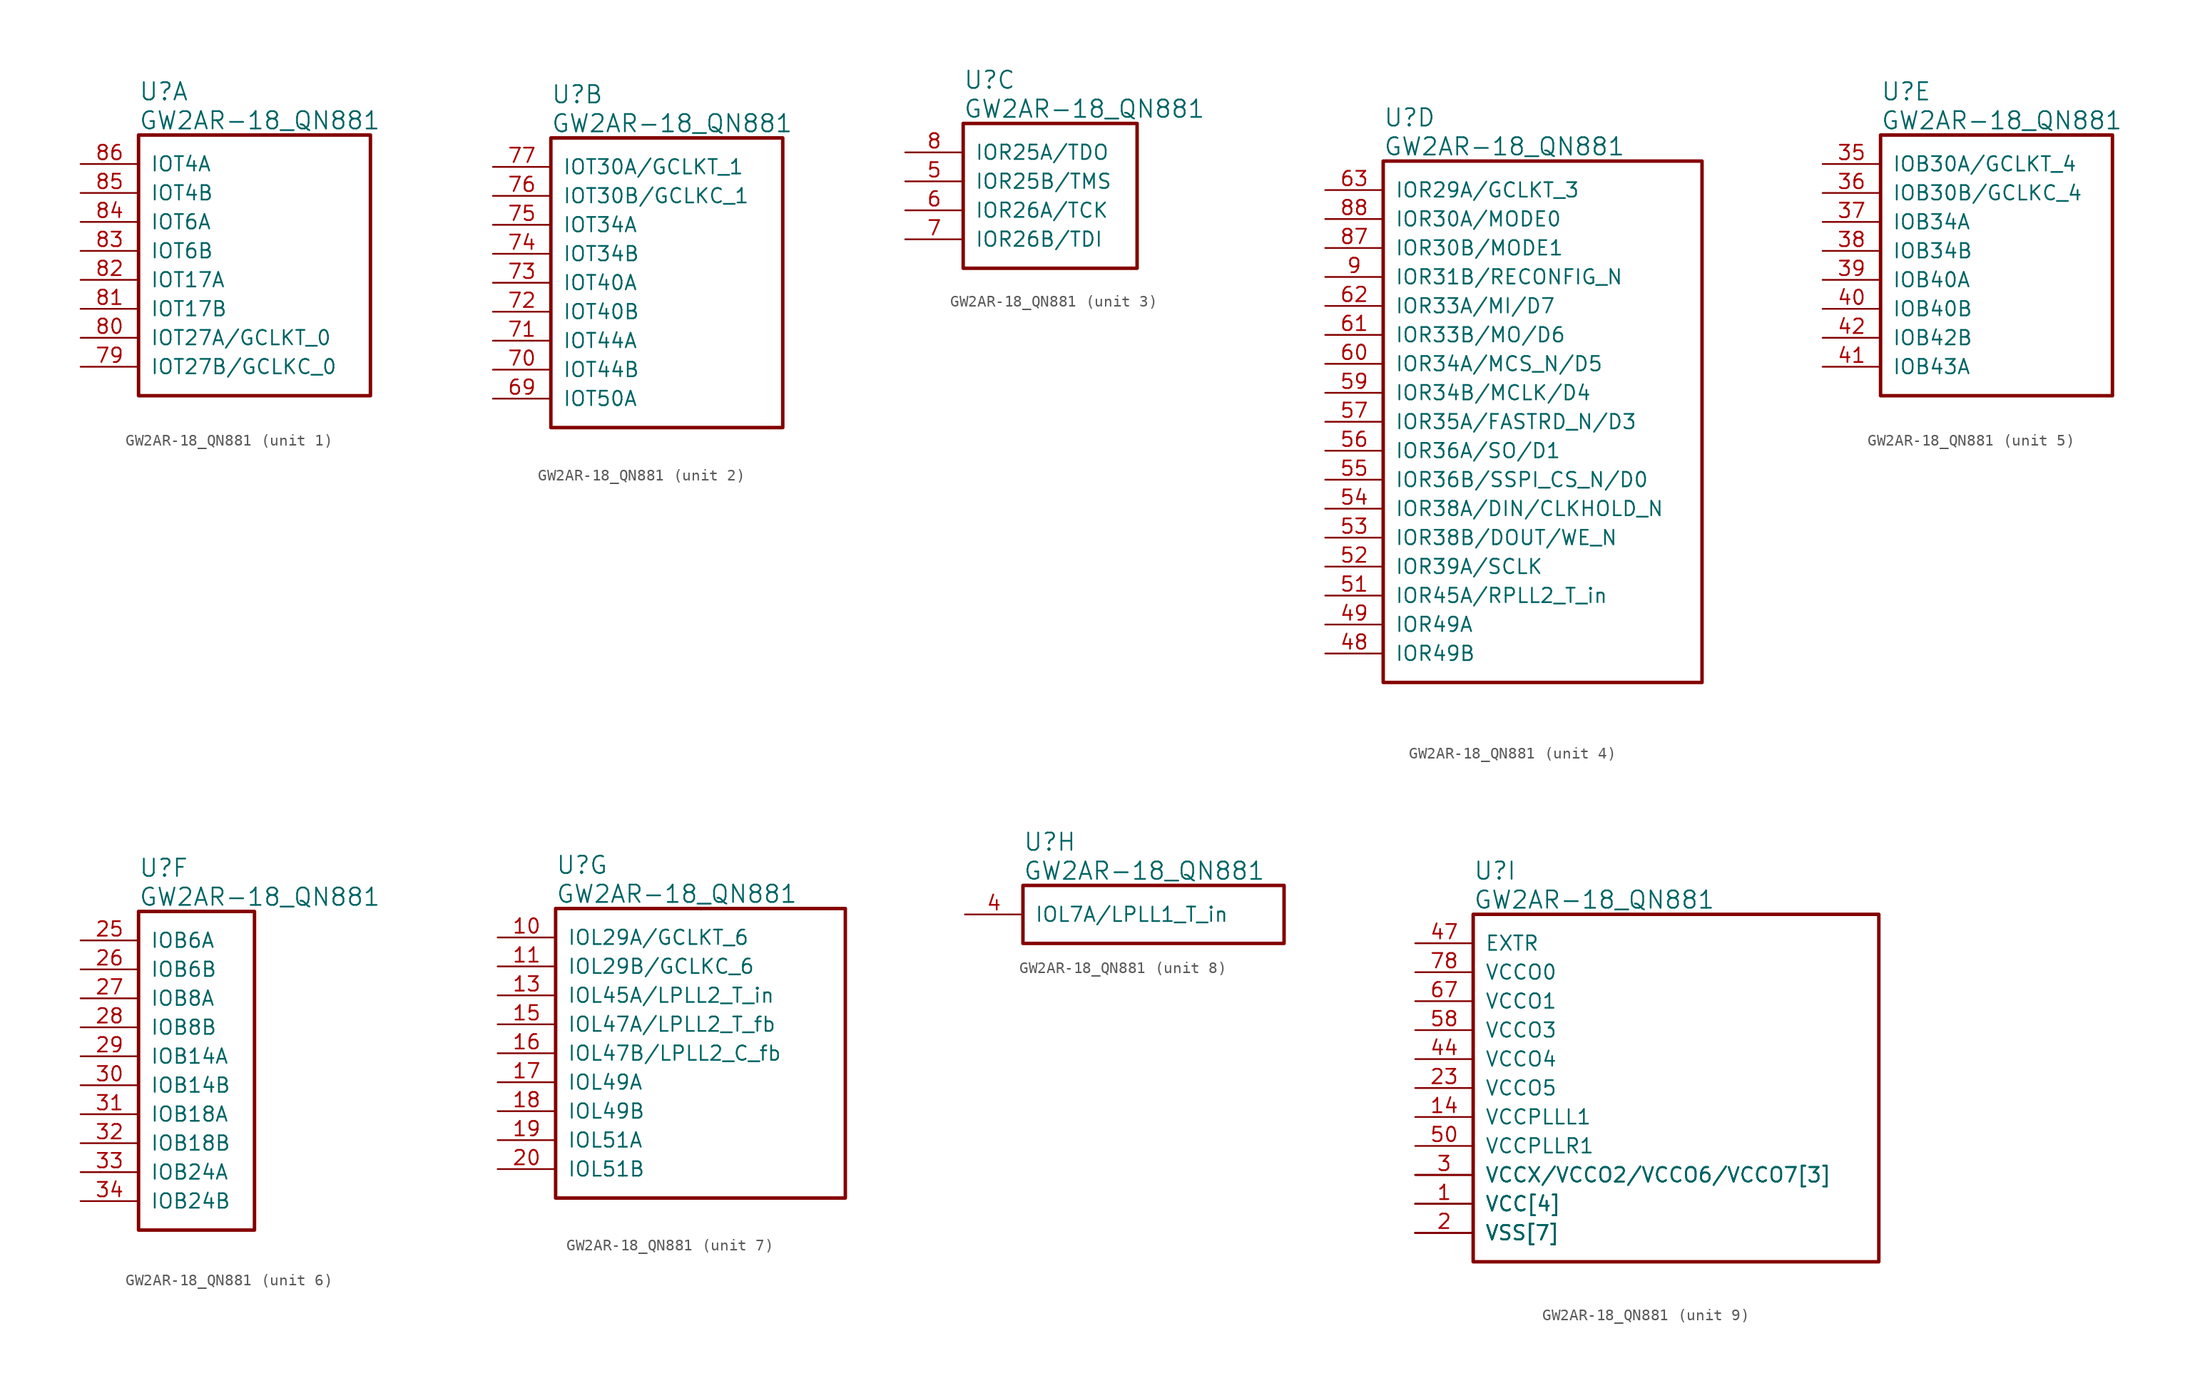
<source format=kicad_sym>
(kicad_symbol_lib
  (version 20211014)
  (generator kicad_symbol_editor)
  (symbol "GW2AR-18_QN881"
    (pin_names
      (offset 1.016))
    (property "Reference" "U"
      (at 5.08 6.35 0)
      (effects (font (size 1.524 1.524)) (justify left)))
    (property "Value" "GW2AR-18_QN881"
      (at 5.08 3.81 0)
      (effects (font (size 1.524 1.524)) (justify left)))
    (property "ki_locked" ""
      (at 0 0 0)
      (effects (font (size 1.27 1.27))))
    (symbol "GW2AR-18_QN881_1_1"
      (rectangle (start 5.08 2.54) (end 25.4 -20.32) (stroke (width 0.305) (type default) (color 0 0 0 0)) (fill (type none)))
      (pin bidirectional line (at 0 -17.78 0) (length 5.08) (name "IOT27B/GCLKC_0" (effects (font (size 1.27 1.27)))) (number "79" (effects (font (size 1.27 1.27)))))
      (pin bidirectional line (at 0 -15.24 0) (length 5.08) (name "IOT27A/GCLKT_0" (effects (font (size 1.27 1.27)))) (number "80" (effects (font (size 1.27 1.27)))))
      (pin bidirectional line (at 0 -12.7 0) (length 5.08) (name "IOT17B" (effects (font (size 1.27 1.27)))) (number "81" (effects (font (size 1.27 1.27)))))
      (pin bidirectional line (at 0 -10.16 0) (length 5.08) (name "IOT17A" (effects (font (size 1.27 1.27)))) (number "82" (effects (font (size 1.27 1.27)))))
      (pin bidirectional line (at 0 -7.62 0) (length 5.08) (name "IOT6B" (effects (font (size 1.27 1.27)))) (number "83" (effects (font (size 1.27 1.27)))))
      (pin bidirectional line (at 0 -5.08 0) (length 5.08) (name "IOT6A" (effects (font (size 1.27 1.27)))) (number "84" (effects (font (size 1.27 1.27)))))
      (pin bidirectional line (at 0 -2.54 0) (length 5.08) (name "IOT4B" (effects (font (size 1.27 1.27)))) (number "85" (effects (font (size 1.27 1.27)))))
      (pin bidirectional line (at 0 0 0) (length 5.08) (name "IOT4A" (effects (font (size 1.27 1.27)))) (number "86" (effects (font (size 1.27 1.27))))))
    (symbol "GW2AR-18_QN881_2_1"
      (rectangle (start 5.08 2.54) (end 25.4 -22.86) (stroke (width 0.305) (type default) (color 0 0 0 0)) (fill (type none)))
      (pin bidirectional line (at 0 -20.32 0) (length 5.08) (name "IOT50A" (effects (font (size 1.27 1.27)))) (number "69" (effects (font (size 1.27 1.27)))))
      (pin bidirectional line (at 0 -17.78 0) (length 5.08) (name "IOT44B" (effects (font (size 1.27 1.27)))) (number "70" (effects (font (size 1.27 1.27)))))
      (pin bidirectional line (at 0 -15.24 0) (length 5.08) (name "IOT44A" (effects (font (size 1.27 1.27)))) (number "71" (effects (font (size 1.27 1.27)))))
      (pin bidirectional line (at 0 -12.7 0) (length 5.08) (name "IOT40B" (effects (font (size 1.27 1.27)))) (number "72" (effects (font (size 1.27 1.27)))))
      (pin bidirectional line (at 0 -10.16 0) (length 5.08) (name "IOT40A" (effects (font (size 1.27 1.27)))) (number "73" (effects (font (size 1.27 1.27)))))
      (pin bidirectional line (at 0 -7.62 0) (length 5.08) (name "IOT34B" (effects (font (size 1.27 1.27)))) (number "74" (effects (font (size 1.27 1.27)))))
      (pin bidirectional line (at 0 -5.08 0) (length 5.08) (name "IOT34A" (effects (font (size 1.27 1.27)))) (number "75" (effects (font (size 1.27 1.27)))))
      (pin bidirectional line (at 0 -2.54 0) (length 5.08) (name "IOT30B/GCLKC_1" (effects (font (size 1.27 1.27)))) (number "76" (effects (font (size 1.27 1.27)))))
      (pin bidirectional line (at 0 0 0) (length 5.08) (name "IOT30A/GCLKT_1" (effects (font (size 1.27 1.27)))) (number "77" (effects (font (size 1.27 1.27))))))
    (symbol "GW2AR-18_QN881_3_1"
      (rectangle (start 5.08 2.54) (end 20.32 -10.16) (stroke (width 0.305) (type default) (color 0 0 0 0)) (fill (type none)))
      (pin bidirectional line (at 0 -2.54 0) (length 5.08) (name "IOR25B/TMS" (effects (font (size 1.27 1.27)))) (number "5" (effects (font (size 1.27 1.27)))))
      (pin bidirectional line (at 0 -5.08 0) (length 5.08) (name "IOR26A/TCK" (effects (font (size 1.27 1.27)))) (number "6" (effects (font (size 1.27 1.27)))))
      (pin bidirectional line (at 0 -7.62 0) (length 5.08) (name "IOR26B/TDI" (effects (font (size 1.27 1.27)))) (number "7" (effects (font (size 1.27 1.27)))))
      (pin bidirectional line (at 0 0 0) (length 5.08) (name "IOR25A/TDO" (effects (font (size 1.27 1.27)))) (number "8" (effects (font (size 1.27 1.27))))))
    (symbol "GW2AR-18_QN881_4_1"
      (rectangle (start 5.08 2.54) (end 33.02 -43.18) (stroke (width 0.305) (type default) (color 0 0 0 0)) (fill (type none)))
      (pin bidirectional line (at 0 -40.64 0) (length 5.08) (name "IOR49B" (effects (font (size 1.27 1.27)))) (number "48" (effects (font (size 1.27 1.27)))))
      (pin bidirectional line (at 0 -38.1 0) (length 5.08) (name "IOR49A" (effects (font (size 1.27 1.27)))) (number "49" (effects (font (size 1.27 1.27)))))
      (pin bidirectional line (at 0 -35.56 0) (length 5.08) (name "IOR45A/RPLL2_T_in" (effects (font (size 1.27 1.27)))) (number "51" (effects (font (size 1.27 1.27)))))
      (pin bidirectional line (at 0 -33.02 0) (length 5.08) (name "IOR39A/SCLK" (effects (font (size 1.27 1.27)))) (number "52" (effects (font (size 1.27 1.27)))))
      (pin bidirectional line (at 0 -30.48 0) (length 5.08) (name "IOR38B/DOUT/WE_N" (effects (font (size 1.27 1.27)))) (number "53" (effects (font (size 1.27 1.27)))))
      (pin bidirectional line (at 0 -27.94 0) (length 5.08) (name "IOR38A/DIN/CLKHOLD_N" (effects (font (size 1.27 1.27)))) (number "54" (effects (font (size 1.27 1.27)))))
      (pin bidirectional line (at 0 -25.4 0) (length 5.08) (name "IOR36B/SSPI_CS_N/D0" (effects (font (size 1.27 1.27)))) (number "55" (effects (font (size 1.27 1.27)))))
      (pin bidirectional line (at 0 -22.86 0) (length 5.08) (name "IOR36A/SO/D1" (effects (font (size 1.27 1.27)))) (number "56" (effects (font (size 1.27 1.27)))))
      (pin bidirectional line (at 0 -20.32 0) (length 5.08) (name "IOR35A/FASTRD_N/D3" (effects (font (size 1.27 1.27)))) (number "57" (effects (font (size 1.27 1.27)))))
      (pin bidirectional line (at 0 -17.78 0) (length 5.08) (name "IOR34B/MCLK/D4" (effects (font (size 1.27 1.27)))) (number "59" (effects (font (size 1.27 1.27)))))
      (pin bidirectional line (at 0 -15.24 0) (length 5.08) (name "IOR34A/MCS_N/D5" (effects (font (size 1.27 1.27)))) (number "60" (effects (font (size 1.27 1.27)))))
      (pin bidirectional line (at 0 -12.7 0) (length 5.08) (name "IOR33B/MO/D6" (effects (font (size 1.27 1.27)))) (number "61" (effects (font (size 1.27 1.27)))))
      (pin bidirectional line (at 0 -10.16 0) (length 5.08) (name "IOR33A/MI/D7" (effects (font (size 1.27 1.27)))) (number "62" (effects (font (size 1.27 1.27)))))
      (pin bidirectional line (at 0 0 0) (length 5.08) (name "IOR29A/GCLKT_3" (effects (font (size 1.27 1.27)))) (number "63" (effects (font (size 1.27 1.27)))))
      (pin bidirectional line (at 0 -5.08 0) (length 5.08) (name "IOR30B/MODE1" (effects (font (size 1.27 1.27)))) (number "87" (effects (font (size 1.27 1.27)))))
      (pin bidirectional line (at 0 -2.54 0) (length 5.08) (name "IOR30A/MODE0" (effects (font (size 1.27 1.27)))) (number "88" (effects (font (size 1.27 1.27)))))
      (pin bidirectional line (at 0 -7.62 0) (length 5.08) (name "IOR31B/RECONFIG_N" (effects (font (size 1.27 1.27)))) (number "9" (effects (font (size 1.27 1.27))))))
    (symbol "GW2AR-18_QN881_5_1"
      (rectangle (start 5.08 2.54) (end 25.4 -20.32) (stroke (width 0.305) (type default) (color 0 0 0 0)) (fill (type none)))
      (pin bidirectional line (at 0 0 0) (length 5.08) (name "IOB30A/GCLKT_4" (effects (font (size 1.27 1.27)))) (number "35" (effects (font (size 1.27 1.27)))))
      (pin bidirectional line (at 0 -2.54 0) (length 5.08) (name "IOB30B/GCLKC_4" (effects (font (size 1.27 1.27)))) (number "36" (effects (font (size 1.27 1.27)))))
      (pin bidirectional line (at 0 -5.08 0) (length 5.08) (name "IOB34A" (effects (font (size 1.27 1.27)))) (number "37" (effects (font (size 1.27 1.27)))))
      (pin bidirectional line (at 0 -7.62 0) (length 5.08) (name "IOB34B" (effects (font (size 1.27 1.27)))) (number "38" (effects (font (size 1.27 1.27)))))
      (pin bidirectional line (at 0 -10.16 0) (length 5.08) (name "IOB40A" (effects (font (size 1.27 1.27)))) (number "39" (effects (font (size 1.27 1.27)))))
      (pin bidirectional line (at 0 -12.7 0) (length 5.08) (name "IOB40B" (effects (font (size 1.27 1.27)))) (number "40" (effects (font (size 1.27 1.27)))))
      (pin bidirectional line (at 0 -17.78 0) (length 5.08) (name "IOB43A" (effects (font (size 1.27 1.27)))) (number "41" (effects (font (size 1.27 1.27)))))
      (pin bidirectional line (at 0 -15.24 0) (length 5.08) (name "IOB42B" (effects (font (size 1.27 1.27)))) (number "42" (effects (font (size 1.27 1.27))))))
    (symbol "GW2AR-18_QN881_6_1"
      (rectangle (start 5.08 2.54) (end 15.24 -25.4) (stroke (width 0.305) (type default) (color 0 0 0 0)) (fill (type none)))
      (pin bidirectional line (at 0 0 0) (length 5.08) (name "IOB6A" (effects (font (size 1.27 1.27)))) (number "25" (effects (font (size 1.27 1.27)))))
      (pin bidirectional line (at 0 -2.54 0) (length 5.08) (name "IOB6B" (effects (font (size 1.27 1.27)))) (number "26" (effects (font (size 1.27 1.27)))))
      (pin bidirectional line (at 0 -5.08 0) (length 5.08) (name "IOB8A" (effects (font (size 1.27 1.27)))) (number "27" (effects (font (size 1.27 1.27)))))
      (pin bidirectional line (at 0 -7.62 0) (length 5.08) (name "IOB8B" (effects (font (size 1.27 1.27)))) (number "28" (effects (font (size 1.27 1.27)))))
      (pin bidirectional line (at 0 -10.16 0) (length 5.08) (name "IOB14A" (effects (font (size 1.27 1.27)))) (number "29" (effects (font (size 1.27 1.27)))))
      (pin bidirectional line (at 0 -12.7 0) (length 5.08) (name "IOB14B" (effects (font (size 1.27 1.27)))) (number "30" (effects (font (size 1.27 1.27)))))
      (pin bidirectional line (at 0 -15.24 0) (length 5.08) (name "IOB18A" (effects (font (size 1.27 1.27)))) (number "31" (effects (font (size 1.27 1.27)))))
      (pin bidirectional line (at 0 -17.78 0) (length 5.08) (name "IOB18B" (effects (font (size 1.27 1.27)))) (number "32" (effects (font (size 1.27 1.27)))))
      (pin bidirectional line (at 0 -20.32 0) (length 5.08) (name "IOB24A" (effects (font (size 1.27 1.27)))) (number "33" (effects (font (size 1.27 1.27)))))
      (pin bidirectional line (at 0 -22.86 0) (length 5.08) (name "IOB24B" (effects (font (size 1.27 1.27)))) (number "34" (effects (font (size 1.27 1.27))))))
    (symbol "GW2AR-18_QN881_7_1"
      (rectangle (start 5.08 2.54) (end 30.48 -22.86) (stroke (width 0.305) (type default) (color 0 0 0 0)) (fill (type none)))
      (pin bidirectional line (at 0 0 0) (length 5.08) (name "IOL29A/GCLKT_6" (effects (font (size 1.27 1.27)))) (number "10" (effects (font (size 1.27 1.27)))))
      (pin bidirectional line (at 0 -2.54 0) (length 5.08) (name "IOL29B/GCLKC_6" (effects (font (size 1.27 1.27)))) (number "11" (effects (font (size 1.27 1.27)))))
      (pin bidirectional line (at 0 -5.08 0) (length 5.08) (name "IOL45A/LPLL2_T_in" (effects (font (size 1.27 1.27)))) (number "13" (effects (font (size 1.27 1.27)))))
      (pin bidirectional line (at 0 -7.62 0) (length 5.08) (name "IOL47A/LPLL2_T_fb" (effects (font (size 1.27 1.27)))) (number "15" (effects (font (size 1.27 1.27)))))
      (pin bidirectional line (at 0 -10.16 0) (length 5.08) (name "IOL47B/LPLL2_C_fb" (effects (font (size 1.27 1.27)))) (number "16" (effects (font (size 1.27 1.27)))))
      (pin bidirectional line (at 0 -12.7 0) (length 5.08) (name "IOL49A" (effects (font (size 1.27 1.27)))) (number "17" (effects (font (size 1.27 1.27)))))
      (pin bidirectional line (at 0 -15.24 0) (length 5.08) (name "IOL49B" (effects (font (size 1.27 1.27)))) (number "18" (effects (font (size 1.27 1.27)))))
      (pin bidirectional line (at 0 -17.78 0) (length 5.08) (name "IOL51A" (effects (font (size 1.27 1.27)))) (number "19" (effects (font (size 1.27 1.27)))))
      (pin bidirectional line (at 0 -20.32 0) (length 5.08) (name "IOL51B" (effects (font (size 1.27 1.27)))) (number "20" (effects (font (size 1.27 1.27))))))
    (symbol "GW2AR-18_QN881_8_1"
      (rectangle (start 5.08 2.54) (end 27.94 -2.54) (stroke (width 0.305) (type default) (color 0 0 0 0)) (fill (type none)))
      (pin bidirectional line (at 0 0 0) (length 5.08) (name "IOL7A/LPLL1_T_in" (effects (font (size 1.27 1.27)))) (number "4" (effects (font (size 1.27 1.27))))))
    (symbol "GW2AR-18_QN881_9_1"
      (rectangle (start 5.08 2.54) (end 40.64 -27.94) (stroke (width 0.305) (type default) (color 0 0 0 0)) (fill (type none)))
      (pin power_in line (at 0 -22.86 0) (length 5.08) (name "VCC[4]" (effects (font (size 1.27 1.27)))) (number "1" (effects (font (size 1.27 1.27)))))
      (pin power_in line (at 0 -20.32 0) (length 5.08) (name "VCCX/VCCO2/VCCO6/VCCO7[3]" (effects (font (size 1.27 1.27)))) (number "12" (effects (font (size 0 0)))))
      (pin power_in line (at 0 -15.24 0) (length 5.08) (name "VCCPLLL1" (effects (font (size 1.27 1.27)))) (number "14" (effects (font (size 1.27 1.27)))))
      (pin power_in line (at 0 -25.4 0) (length 5.08) (name "VSS[7]" (effects (font (size 1.27 1.27)))) (number "2" (effects (font (size 1.27 1.27)))))
      (pin power_in line (at 0 -25.4 0) (length 5.08) (name "VSS[7]" (effects (font (size 1.27 1.27)))) (number "21" (effects (font (size 0 0)))))
      (pin power_in line (at 0 -22.86 0) (length 5.08) (name "VCC[4]" (effects (font (size 1.27 1.27)))) (number "22" (effects (font (size 0 0)))))
      (pin power_in line (at 0 -12.7 0) (length 5.08) (name "VCCO5" (effects (font (size 1.27 1.27)))) (number "23" (effects (font (size 1.27 1.27)))))
      (pin power_in line (at 0 -25.4 0) (length 5.08) (name "VSS[7]" (effects (font (size 1.27 1.27)))) (number "24" (effects (font (size 0 0)))))
      (pin power_in line (at 0 -20.32 0) (length 5.08) (name "VCCX/VCCO2/VCCO6/VCCO7[3]" (effects (font (size 1.27 1.27)))) (number "3" (effects (font (size 1.27 1.27)))))
      (pin power_in line (at 0 -25.4 0) (length 5.08) (name "VSS[7]" (effects (font (size 1.27 1.27)))) (number "43" (effects (font (size 0 0)))))
      (pin power_in line (at 0 -10.16 0) (length 5.08) (name "VCCO4" (effects (font (size 1.27 1.27)))) (number "44" (effects (font (size 1.27 1.27)))))
      (pin power_in line (at 0 -22.86 0) (length 5.08) (name "VCC[4]" (effects (font (size 1.27 1.27)))) (number "45" (effects (font (size 0 0)))))
      (pin power_in line (at 0 -25.4 0) (length 5.08) (name "VSS[7]" (effects (font (size 1.27 1.27)))) (number "46" (effects (font (size 0 0)))))
      (pin power_in line (at 0 0 0) (length 5.08) (name "EXTR" (effects (font (size 1.27 1.27)))) (number "47" (effects (font (size 1.27 1.27)))))
      (pin power_in line (at 0 -17.78 0) (length 5.08) (name "VCCPLLR1" (effects (font (size 1.27 1.27)))) (number "50" (effects (font (size 1.27 1.27)))))
      (pin power_in line (at 0 -7.62 0) (length 5.08) (name "VCCO3" (effects (font (size 1.27 1.27)))) (number "58" (effects (font (size 1.27 1.27)))))
      (pin power_in line (at 0 -20.32 0) (length 5.08) (name "VCCX/VCCO2/VCCO6/VCCO7[3]" (effects (font (size 1.27 1.27)))) (number "64" (effects (font (size 0 0)))))
      (pin power_in line (at 0 -25.4 0) (length 5.08) (name "VSS[7]" (effects (font (size 1.27 1.27)))) (number "65" (effects (font (size 0 0)))))
      (pin power_in line (at 0 -22.86 0) (length 5.08) (name "VCC[4]" (effects (font (size 1.27 1.27)))) (number "66" (effects (font (size 0 0)))))
      (pin power_in line (at 0 -5.08 0) (length 5.08) (name "VCCO1" (effects (font (size 1.27 1.27)))) (number "67" (effects (font (size 1.27 1.27)))))
      (pin power_in line (at 0 -25.4 0) (length 5.08) (name "VSS[7]" (effects (font (size 1.27 1.27)))) (number "68" (effects (font (size 0 0)))))
      (pin power_in line (at 0 -2.54 0) (length 5.08) (name "VCCO0" (effects (font (size 1.27 1.27)))) (number "78" (effects (font (size 1.27 1.27))))))))
</source>
